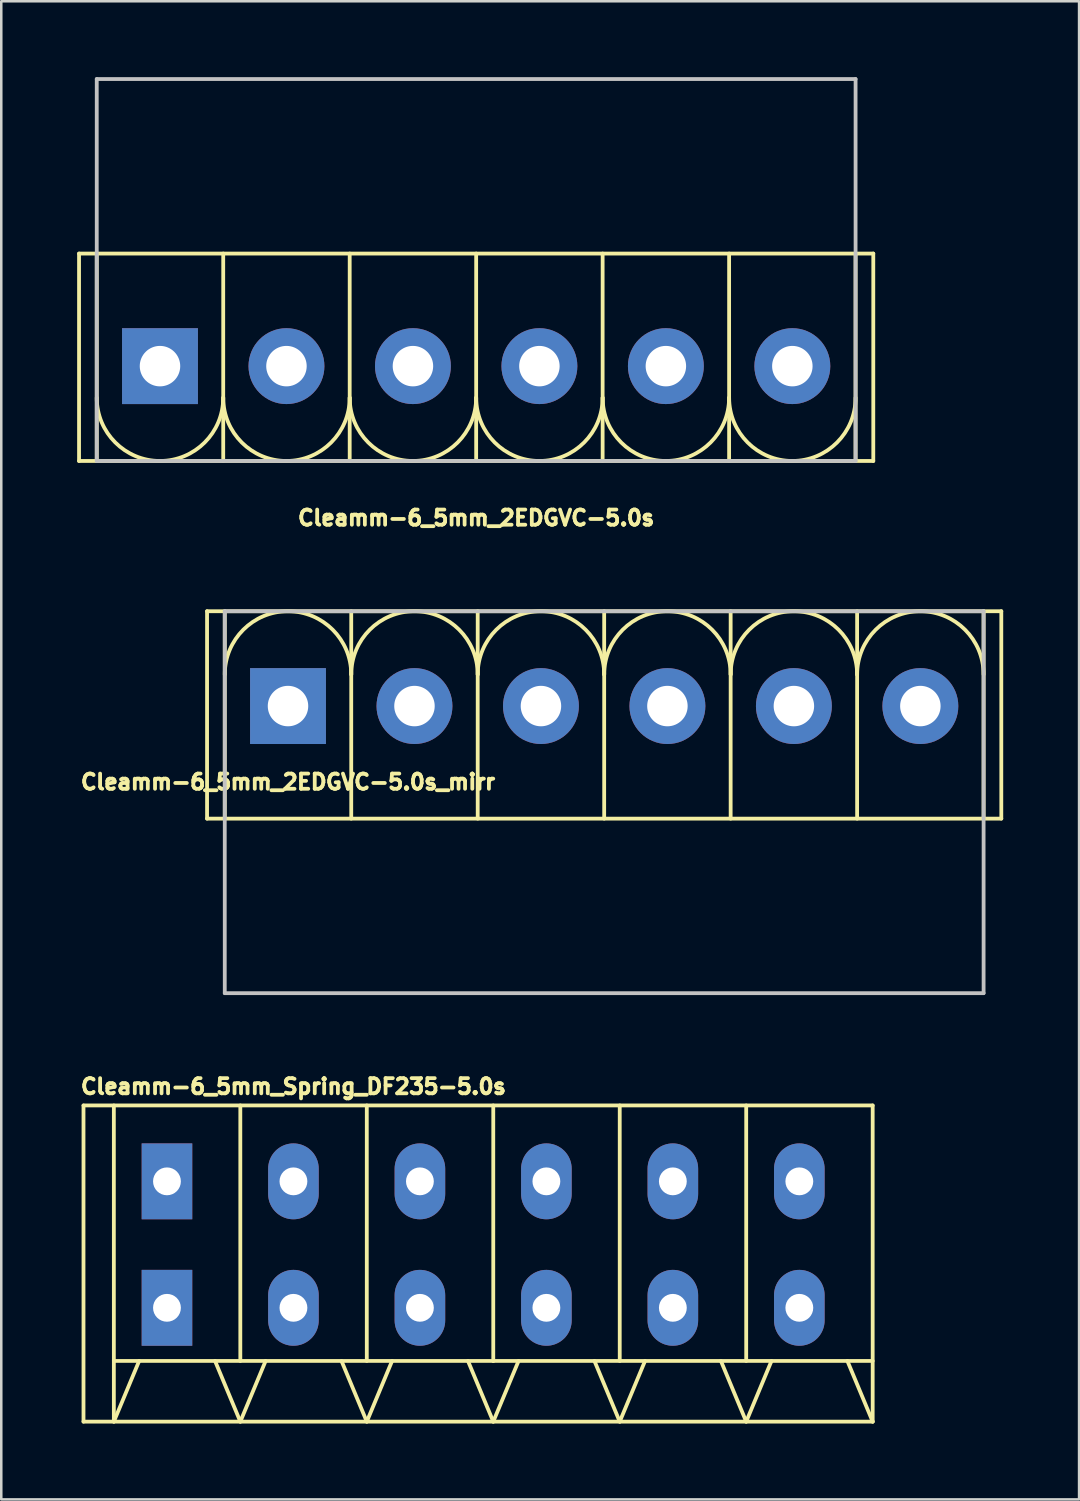
<source format=kicad_pcb>
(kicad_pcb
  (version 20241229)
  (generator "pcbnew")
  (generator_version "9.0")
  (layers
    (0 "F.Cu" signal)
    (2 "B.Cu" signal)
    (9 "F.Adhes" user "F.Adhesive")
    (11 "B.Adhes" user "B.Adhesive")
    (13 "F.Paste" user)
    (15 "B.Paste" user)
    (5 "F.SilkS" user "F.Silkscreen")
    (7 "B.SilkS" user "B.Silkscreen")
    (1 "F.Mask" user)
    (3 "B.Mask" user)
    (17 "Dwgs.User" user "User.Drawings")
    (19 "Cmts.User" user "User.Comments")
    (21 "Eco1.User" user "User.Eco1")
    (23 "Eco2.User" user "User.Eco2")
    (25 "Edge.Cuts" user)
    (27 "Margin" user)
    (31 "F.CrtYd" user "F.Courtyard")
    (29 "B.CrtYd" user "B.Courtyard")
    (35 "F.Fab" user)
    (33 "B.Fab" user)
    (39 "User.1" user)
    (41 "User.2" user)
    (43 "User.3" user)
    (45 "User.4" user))
  (footprint "Cleamm-6_5mm_Spring_DF235-5.0s"
    (layer "F.Cu")
    (at 16.051 46.154)
    (property "Reference" "Cleamm-6_5mm_Spring_DF235-5.0s" (at -7.5 -6.25 0) (layer "F.SilkS") (effects (font (size 0.6 0.6) (thickness 0.15))))
    (attr through_hole)
    (fp_line (start -15.8 -5.5) (end -15.8 7) (stroke (width 0.15) (type solid)) (layer "F.SilkS"))
    (fp_line (start -14.6 -5.5) (end -14.6 7) (stroke (width 0.15) (type solid)) (layer "F.SilkS"))
    (fp_line (start -14.6 7) (end -13.6 4.6) (stroke (width 0.15) (type solid)) (layer "F.SilkS"))
    (fp_line (start -10.6 4.6) (end -9.6 7) (stroke (width 0.15) (type solid)) (layer "F.SilkS"))
    (fp_line (start -9.6 4.6) (end -9.6 -5.5) (stroke (width 0.15) (type solid)) (layer "F.SilkS"))
    (fp_line (start -9.6 7) (end -8.6 4.6) (stroke (width 0.15) (type solid)) (layer "F.SilkS"))
    (fp_line (start -4.6 4.6) (end -4.6 -5.5) (stroke (width 0.15) (type solid)) (layer "F.SilkS"))
    (fp_line (start -4.6 7) (end -5.6 4.6) (stroke (width 0.15) (type solid)) (layer "F.SilkS"))
    (fp_line (start -4.6 7) (end -3.6 4.6) (stroke (width 0.15) (type solid)) (layer "F.SilkS"))
    (fp_line (start 0.4 -5.5) (end 0.4 4.6) (stroke (width 0.15) (type solid)) (layer "F.SilkS"))
    (fp_line (start 0.4 4.6) (end -14.6 4.6) (stroke (width 0.15) (type solid)) (layer "F.SilkS"))
    (fp_line (start 0.4 7) (end -0.6 4.6) (stroke (width 0.15) (type solid)) (layer "F.SilkS"))
    (fp_line (start 0.4 7) (end 1.4 4.6) (stroke (width 0.15) (type solid)) (layer "F.SilkS"))
    (fp_line (start 4.4 4.6) (end 5.4 7) (stroke (width 0.15) (type solid)) (layer "F.SilkS"))
    (fp_line (start 5.4 4.6) (end 5.4 -5.5) (stroke (width 0.15) (type solid)) (layer "F.SilkS"))
    (fp_line (start 5.4 7) (end 6.4 4.6) (stroke (width 0.15) (type solid)) (layer "F.SilkS"))
    (fp_line (start 10.4 4.6) (end 10.4 -5.5) (stroke (width 0.15) (type solid)) (layer "F.SilkS"))
    (fp_line (start 10.4 7) (end 9.4 4.6) (stroke (width 0.15) (type solid)) (layer "F.SilkS"))
    (fp_line (start 10.4 7) (end 11.4 4.6) (stroke (width 0.15) (type solid)) (layer "F.SilkS"))
    (fp_line (start 15.4 -5.5) (end -15.8 -5.5) (stroke (width 0.15) (type solid)) (layer "F.SilkS"))
    (fp_line (start 15.4 -5.5) (end 15.4 7) (stroke (width 0.15) (type solid)) (layer "F.SilkS"))
    (fp_line (start 15.4 4.6) (end 0.4 4.6) (stroke (width 0.15) (type solid)) (layer "F.SilkS"))
    (fp_line (start 15.4 7) (end -15.8 7) (stroke (width 0.15) (type solid)) (layer "F.SilkS"))
    (fp_line (start 15.4 7) (end 14.4 4.6) (stroke (width 0.15) (type solid)) (layer "F.SilkS"))
    (pad "1" thru_hole rect (at -12.5 -2.5) (size 2 3) (drill 1.1) (layers "*.Cu" "*.Mask"))
    (pad "1" thru_hole rect (at -12.5 2.5) (size 2 3) (drill 1.1) (layers "*.Cu" "*.Mask"))
    (pad "2" thru_hole oval (at -7.5 -2.5) (size 2 3) (drill 1.1) (layers "*.Cu" "*.Mask"))
    (pad "2" thru_hole oval (at -7.5 2.5) (size 2 3) (drill 1.1) (layers "*.Cu" "*.Mask"))
    (pad "3" thru_hole oval (at -2.5 -2.5) (size 2 3) (drill 1.1) (layers "*.Cu" "*.Mask"))
    (pad "3" thru_hole oval (at -2.5 2.5) (size 2 3) (drill 1.1) (layers "*.Cu" "*.Mask"))
    (pad "4" thru_hole oval (at 2.5 -2.5) (size 2 3) (drill 1.1) (layers "*.Cu" "*.Mask"))
    (pad "4" thru_hole oval (at 2.5 2.5) (size 2 3) (drill 1.1) (layers "*.Cu" "*.Mask"))
    (pad "5" thru_hole oval (at 7.5 -2.5) (size 2 3) (drill 1.1) (layers "*.Cu" "*.Mask"))
    (pad "5" thru_hole oval (at 7.5 2.5) (size 2 3) (drill 1.1) (layers "*.Cu" "*.Mask"))
    (pad "6" thru_hole oval (at 12.5 -2.5) (size 2 3) (drill 1.1) (layers "*.Cu" "*.Mask"))
    (pad "6" thru_hole oval (at 12.5 2.5) (size 2 3) (drill 1.1) (layers "*.Cu" "*.Mask")))
  (footprint "Cleamm-6_5mm_2EDGVC-5.0s_mirr"
    (layer "F.Cu")
    (at 20.836 24.864)
    (property "Reference" "Cleamm-6_5mm_2EDGVC-5.0s_mirr" (at -12.5 3 0) (layer "F.SilkS") (effects (font (size 0.6 0.6) (thickness 0.15))))
    (attr through_hole)
    (fp_line (start -15.7 -3.75) (end -15.7 4.45) (stroke (width 0.15) (type solid)) (layer "F.SilkS"))
    (fp_line (start -15 -3.75) (end -15 4.45) (stroke (width 0.15) (type solid)) (layer "F.SilkS"))
    (fp_line (start -10 -3.75) (end -10 4.45) (stroke (width 0.15) (type solid)) (layer "F.SilkS"))
    (fp_line (start -5 4.45) (end -5 -3.75) (stroke (width 0.15) (type solid)) (layer "F.SilkS"))
    (fp_line (start 0 -3.75) (end 0 4.45) (stroke (width 0.15) (type solid)) (layer "F.SilkS"))
    (fp_line (start 5 4.45) (end 5 -3.75) (stroke (width 0.15) (type solid)) (layer "F.SilkS"))
    (fp_line (start 10 4.45) (end 10 -3.75) (stroke (width 0.15) (type solid)) (layer "F.SilkS"))
    (fp_line (start 15 4.45) (end 15 -3.75) (stroke (width 0.15) (type solid)) (layer "F.SilkS"))
    (fp_line (start 15.7 -3.75) (end -15.7 -3.75) (stroke (width 0.15) (type solid)) (layer "F.SilkS"))
    (fp_line (start 15.7 -3.75) (end 15.7 4.45) (stroke (width 0.15) (type solid)) (layer "F.SilkS"))
    (fp_line (start 15.7 4.45) (end -15.7 4.45) (stroke (width 0.15) (type solid)) (layer "F.SilkS"))
    (fp_arc (start -15 -1.25) (mid -12.5 -3.75) (end -10 -1.25) (stroke (width 0.15) (type solid)) (layer "F.SilkS"))
    (fp_arc (start -10 -1.25) (mid -7.5 -3.75) (end -5 -1.25) (stroke (width 0.15) (type solid)) (layer "F.SilkS"))
    (fp_arc (start -5 -1.25) (mid -2.5 -3.75) (end 0 -1.25) (stroke (width 0.15) (type solid)) (layer "F.SilkS"))
    (fp_arc (start 0 -1.25) (mid 2.5 -3.75) (end 5 -1.25) (stroke (width 0.15) (type solid)) (layer "F.SilkS"))
    (fp_arc (start 5 -1.25) (mid 7.5 -3.75) (end 10 -1.25) (stroke (width 0.15) (type solid)) (layer "F.SilkS"))
    (fp_arc (start 10 -1.25) (mid 12.5 -3.75) (end 15 -1.25) (stroke (width 0.15) (type solid)) (layer "F.SilkS"))
    (fp_line (start -15 -3.75) (end -15 11.35) (stroke (width 0.15) (type solid)) (layer "Dwgs.User"))
    (fp_line (start -15 -3.75) (end 15 -3.75) (stroke (width 0.15) (type solid)) (layer "Dwgs.User"))
    (fp_line (start 15 11.35) (end -15 11.35) (stroke (width 0.15) (type solid)) (layer "Dwgs.User"))
    (fp_line (start 15 11.35) (end 15 -3.75) (stroke (width 0.15) (type solid)) (layer "Dwgs.User"))
    (pad "1" thru_hole rect (at -12.5 0) (size 3 3) (drill 1.6) (layers "*.Cu" "*.Mask"))
    (pad "2" thru_hole circle (at -7.5 0) (size 3 3) (drill 1.6) (layers "*.Cu" "*.Mask"))
    (pad "3" thru_hole circle (at -2.5 0) (size 3 3) (drill 1.6) (layers "*.Cu" "*.Mask"))
    (pad "4" thru_hole circle (at 2.5 0) (size 3 3) (drill 1.6) (layers "*.Cu" "*.Mask"))
    (pad "5" thru_hole circle (at 7.5 0) (size 3 3) (drill 1.6) (layers "*.Cu" "*.Mask"))
    (pad "6" thru_hole circle (at 12.5 0) (size 3 3) (drill 1.6) (layers "*.Cu" "*.Mask")))
  (footprint "Cleamm-6_5mm_2EDGVC-5.0s"
    (layer "F.Cu")
    (at 15.775 11.425)
    (property "Reference" "Cleamm-6_5mm_2EDGVC-5.0s" (at 0 6 0) (layer "F.SilkS") (effects (font (size 0.6 0.6) (thickness 0.15))))
    (attr through_hole)
    (fp_line (start -15.7 -4.45) (end 15.7 -4.45) (stroke (width 0.15) (type solid)) (layer "F.SilkS"))
    (fp_line (start -15.7 3.75) (end -15.7 -4.45) (stroke (width 0.15) (type solid)) (layer "F.SilkS"))
    (fp_line (start -15 -4.45) (end -15 3.75) (stroke (width 0.15) (type solid)) (layer "F.SilkS"))
    (fp_line (start -10 -4.45) (end -10 3.75) (stroke (width 0.15) (type solid)) (layer "F.SilkS"))
    (fp_line (start -5 -4.45) (end -5 3.75) (stroke (width 0.15) (type solid)) (layer "F.SilkS"))
    (fp_line (start 0 3.75) (end 0 -4.45) (stroke (width 0.15) (type solid)) (layer "F.SilkS"))
    (fp_line (start 5 -4.45) (end 5 3.75) (stroke (width 0.15) (type solid)) (layer "F.SilkS"))
    (fp_line (start 10 3.75) (end 10 -4.45) (stroke (width 0.15) (type solid)) (layer "F.SilkS"))
    (fp_line (start 15 3.75) (end 15 -4.45) (stroke (width 0.15) (type solid)) (layer "F.SilkS"))
    (fp_line (start 15.7 3.75) (end -15.7 3.75) (stroke (width 0.15) (type solid)) (layer "F.SilkS"))
    (fp_line (start 15.7 3.75) (end 15.7 -4.45) (stroke (width 0.15) (type solid)) (layer "F.SilkS"))
    (fp_arc (start -10 1.25) (mid -12.5 3.75) (end -15 1.25) (stroke (width 0.15) (type solid)) (layer "F.SilkS"))
    (fp_arc (start -5 1.25) (mid -7.5 3.75) (end -10 1.25) (stroke (width 0.15) (type solid)) (layer "F.SilkS"))
    (fp_arc (start 0 1.25) (mid -2.5 3.75) (end -5 1.25) (stroke (width 0.15) (type solid)) (layer "F.SilkS"))
    (fp_arc (start 5 1.25) (mid 2.5 3.75) (end 0 1.25) (stroke (width 0.15) (type solid)) (layer "F.SilkS"))
    (fp_arc (start 10 1.25) (mid 7.5 3.75) (end 5 1.25) (stroke (width 0.15) (type solid)) (layer "F.SilkS"))
    (fp_arc (start 15 1.25) (mid 12.5 3.75) (end 10 1.25) (stroke (width 0.15) (type solid)) (layer "F.SilkS"))
    (fp_line (start -15 -11.35) (end -15 3.75) (stroke (width 0.15) (type solid)) (layer "Dwgs.User"))
    (fp_line (start -15 -11.35) (end 15 -11.35) (stroke (width 0.15) (type solid)) (layer "Dwgs.User"))
    (fp_line (start 15 3.75) (end -15 3.75) (stroke (width 0.15) (type solid)) (layer "Dwgs.User"))
    (fp_line (start 15 3.75) (end 15 -11.35) (stroke (width 0.15) (type solid)) (layer "Dwgs.User"))
    (pad "1" thru_hole rect (at -12.5 0) (size 3 3) (drill 1.6) (layers "*.Cu" "*.Mask"))
    (pad "2" thru_hole circle (at -7.5 0) (size 3 3) (drill 1.6) (layers "*.Cu" "*.Mask"))
    (pad "3" thru_hole circle (at -2.5 0) (size 3 3) (drill 1.6) (layers "*.Cu" "*.Mask"))
    (pad "4" thru_hole circle (at 2.5 0) (size 3 3) (drill 1.6) (layers "*.Cu" "*.Mask"))
    (pad "5" thru_hole circle (at 7.5 0) (size 3 3) (drill 1.6) (layers "*.Cu" "*.Mask"))
    (pad "6" thru_hole circle (at 12.5 0) (size 3 3) (drill 1.6) (layers "*.Cu" "*.Mask")))
  (gr_rect
    (start -3 -3)
    (end 39.611 56.228)
    (stroke (width 0.1) (type default))
    (fill no)
    (layer "Edge.Cuts")))
</source>
